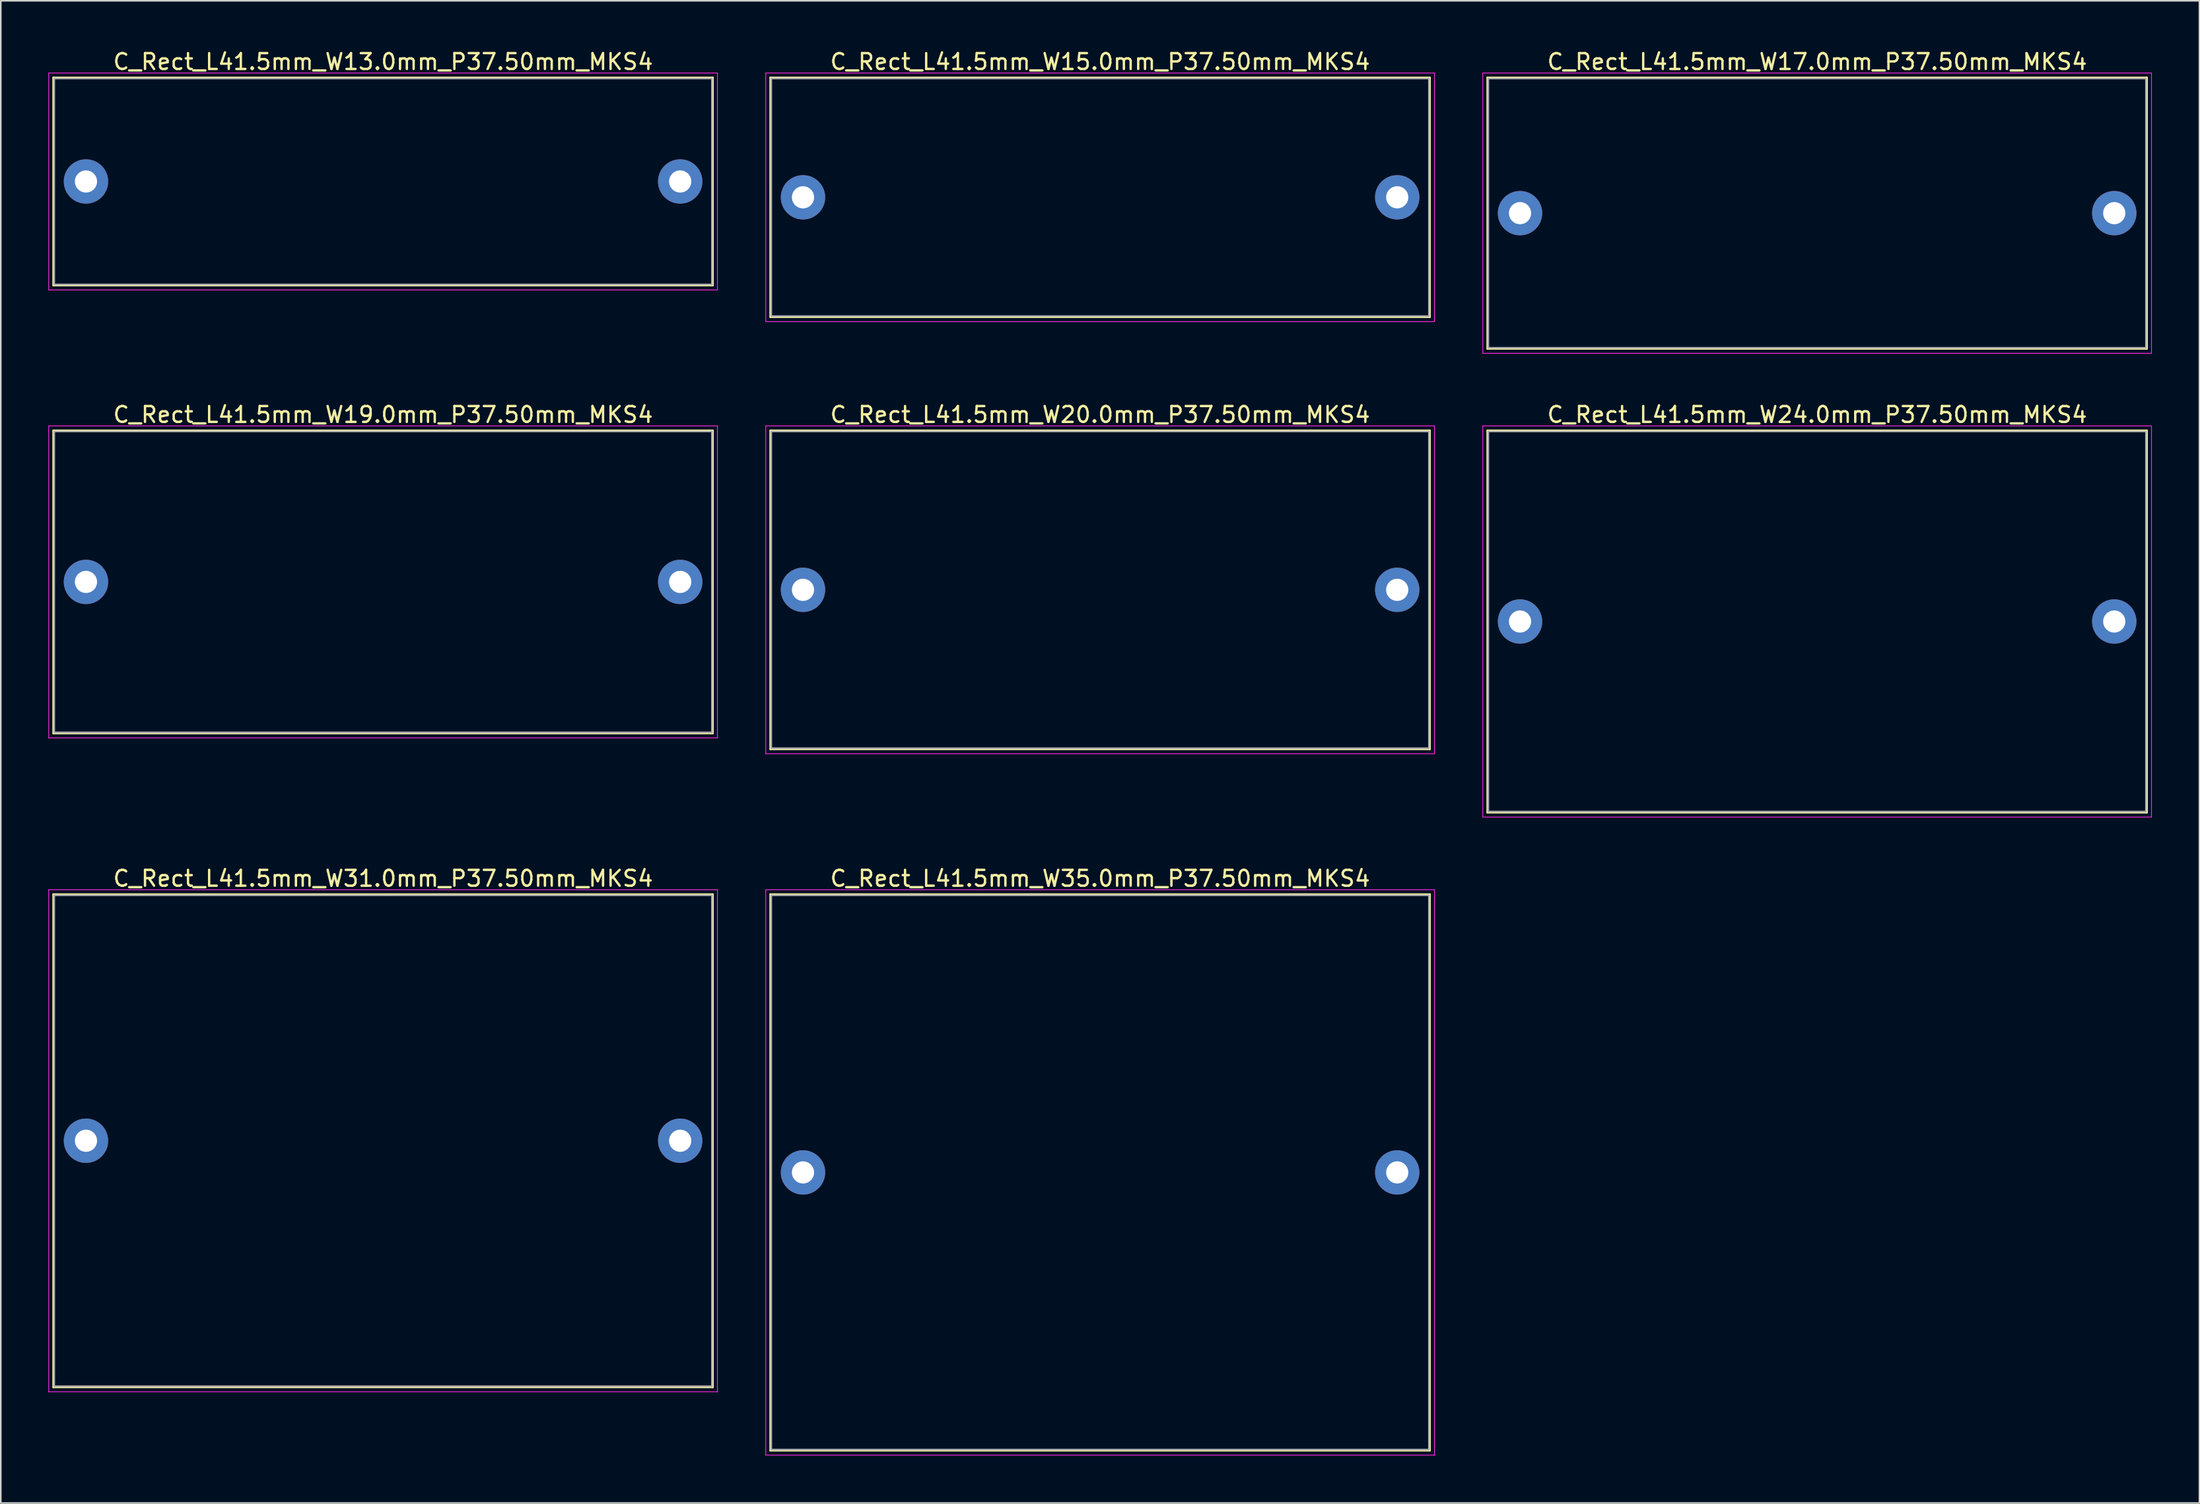
<source format=kicad_pcb>
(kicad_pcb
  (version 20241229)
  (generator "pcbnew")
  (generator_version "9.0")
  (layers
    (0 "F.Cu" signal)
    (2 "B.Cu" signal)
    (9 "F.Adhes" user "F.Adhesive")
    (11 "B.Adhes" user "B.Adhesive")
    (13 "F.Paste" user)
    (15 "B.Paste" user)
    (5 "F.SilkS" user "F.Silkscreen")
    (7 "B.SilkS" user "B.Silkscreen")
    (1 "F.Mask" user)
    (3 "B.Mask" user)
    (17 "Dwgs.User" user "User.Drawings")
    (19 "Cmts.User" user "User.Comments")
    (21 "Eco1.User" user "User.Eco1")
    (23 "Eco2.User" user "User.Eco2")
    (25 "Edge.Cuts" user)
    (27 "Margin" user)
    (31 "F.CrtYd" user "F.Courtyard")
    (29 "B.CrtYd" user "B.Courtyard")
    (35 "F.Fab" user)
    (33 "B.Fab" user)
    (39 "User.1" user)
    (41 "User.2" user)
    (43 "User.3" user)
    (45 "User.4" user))
  (footprint "C_Rect_L41.5mm_W15.0mm_P37.50mm_MKS4"
    (layer "F.Cu")
    (at 47.625 9.408)
    (property "Reference" "C_Rect_L41.5mm_W15.0mm_P37.50mm_MKS4" (at 18.75 -8.56 0) (layer "F.SilkS") (effects (font (size 1 1) (thickness 0.15))))
    (attr through_hole)
    (fp_line (start -2.06 -7.56) (end -2.06 7.56) (stroke (width 0.12) (type solid)) (layer "F.SilkS"))
    (fp_line (start -2.06 -7.56) (end 39.56 -7.56) (stroke (width 0.12) (type solid)) (layer "F.SilkS"))
    (fp_line (start -2.06 7.56) (end 39.56 7.56) (stroke (width 0.12) (type solid)) (layer "F.SilkS"))
    (fp_line (start 39.56 -7.56) (end 39.56 7.56) (stroke (width 0.12) (type solid)) (layer "F.SilkS"))
    (fp_line (start -2.35 -7.85) (end -2.35 7.85) (stroke (width 0.05) (type solid)) (layer "F.CrtYd"))
    (fp_line (start -2.35 7.85) (end 39.85 7.85) (stroke (width 0.05) (type solid)) (layer "F.CrtYd"))
    (fp_line (start 39.85 -7.85) (end -2.35 -7.85) (stroke (width 0.05) (type solid)) (layer "F.CrtYd"))
    (fp_line (start 39.85 7.85) (end 39.85 -7.85) (stroke (width 0.05) (type solid)) (layer "F.CrtYd"))
    (fp_line (start -2 -7.5) (end -2 7.5) (stroke (width 0.1) (type solid)) (layer "F.Fab"))
    (fp_line (start -2 7.5) (end 39.5 7.5) (stroke (width 0.1) (type solid)) (layer "F.Fab"))
    (fp_line (start 39.5 -7.5) (end -2 -7.5) (stroke (width 0.1) (type solid)) (layer "F.Fab"))
    (fp_line (start 39.5 7.5) (end 39.5 -7.5) (stroke (width 0.1) (type solid)) (layer "F.Fab"))
    (pad "1" thru_hole circle (at 0 0) (size 2.8 2.8) (drill 1.4) (layers "*.Cu" "*.Mask"))
    (pad "2" thru_hole circle (at 37.5 0) (size 2.8 2.8) (drill 1.4) (layers "*.Cu" "*.Mask")))
  (footprint "C_Rect_L41.5mm_W17.0mm_P37.50mm_MKS4"
    (layer "F.Cu")
    (at 92.875 10.408)
    (property "Reference" "C_Rect_L41.5mm_W17.0mm_P37.50mm_MKS4" (at 18.75 -9.56 0) (layer "F.SilkS") (effects (font (size 1 1) (thickness 0.15))))
    (attr through_hole)
    (fp_line (start -2.06 -8.56) (end -2.06 8.56) (stroke (width 0.12) (type solid)) (layer "F.SilkS"))
    (fp_line (start -2.06 -8.56) (end 39.56 -8.56) (stroke (width 0.12) (type solid)) (layer "F.SilkS"))
    (fp_line (start -2.06 8.56) (end 39.56 8.56) (stroke (width 0.12) (type solid)) (layer "F.SilkS"))
    (fp_line (start 39.56 -8.56) (end 39.56 8.56) (stroke (width 0.12) (type solid)) (layer "F.SilkS"))
    (fp_line (start -2.35 -8.85) (end -2.35 8.85) (stroke (width 0.05) (type solid)) (layer "F.CrtYd"))
    (fp_line (start -2.35 8.85) (end 39.85 8.85) (stroke (width 0.05) (type solid)) (layer "F.CrtYd"))
    (fp_line (start 39.85 -8.85) (end -2.35 -8.85) (stroke (width 0.05) (type solid)) (layer "F.CrtYd"))
    (fp_line (start 39.85 8.85) (end 39.85 -8.85) (stroke (width 0.05) (type solid)) (layer "F.CrtYd"))
    (fp_line (start -2 -8.5) (end -2 8.5) (stroke (width 0.1) (type solid)) (layer "F.Fab"))
    (fp_line (start -2 8.5) (end 39.5 8.5) (stroke (width 0.1) (type solid)) (layer "F.Fab"))
    (fp_line (start 39.5 -8.5) (end -2 -8.5) (stroke (width 0.1) (type solid)) (layer "F.Fab"))
    (fp_line (start 39.5 8.5) (end 39.5 -8.5) (stroke (width 0.1) (type solid)) (layer "F.Fab"))
    (pad "1" thru_hole circle (at 0 0) (size 2.8 2.8) (drill 1.4) (layers "*.Cu" "*.Mask"))
    (pad "2" thru_hole circle (at 37.5 0) (size 2.8 2.8) (drill 1.4) (layers "*.Cu" "*.Mask")))
  (footprint "C_Rect_L41.5mm_W35.0mm_P37.50mm_MKS4"
    (layer "F.Cu")
    (at 47.625 70.975)
    (property "Reference" "C_Rect_L41.5mm_W35.0mm_P37.50mm_MKS4" (at 18.75 -18.56 0) (layer "F.SilkS") (effects (font (size 1 1) (thickness 0.15))))
    (attr through_hole)
    (fp_line (start -2.06 -17.56) (end -2.06 17.56) (stroke (width 0.12) (type solid)) (layer "F.SilkS"))
    (fp_line (start -2.06 -17.56) (end 39.56 -17.56) (stroke (width 0.12) (type solid)) (layer "F.SilkS"))
    (fp_line (start -2.06 17.56) (end 39.56 17.56) (stroke (width 0.12) (type solid)) (layer "F.SilkS"))
    (fp_line (start 39.56 -17.56) (end 39.56 17.56) (stroke (width 0.12) (type solid)) (layer "F.SilkS"))
    (fp_line (start -2.35 -17.85) (end -2.35 17.85) (stroke (width 0.05) (type solid)) (layer "F.CrtYd"))
    (fp_line (start -2.35 17.85) (end 39.85 17.85) (stroke (width 0.05) (type solid)) (layer "F.CrtYd"))
    (fp_line (start 39.85 -17.85) (end -2.35 -17.85) (stroke (width 0.05) (type solid)) (layer "F.CrtYd"))
    (fp_line (start 39.85 17.85) (end 39.85 -17.85) (stroke (width 0.05) (type solid)) (layer "F.CrtYd"))
    (fp_line (start -2 -17.5) (end -2 17.5) (stroke (width 0.1) (type solid)) (layer "F.Fab"))
    (fp_line (start -2 17.5) (end 39.5 17.5) (stroke (width 0.1) (type solid)) (layer "F.Fab"))
    (fp_line (start 39.5 -17.5) (end -2 -17.5) (stroke (width 0.1) (type solid)) (layer "F.Fab"))
    (fp_line (start 39.5 17.5) (end 39.5 -17.5) (stroke (width 0.1) (type solid)) (layer "F.Fab"))
    (pad "1" thru_hole circle (at 0 0) (size 2.8 2.8) (drill 1.4) (layers "*.Cu" "*.Mask"))
    (pad "2" thru_hole circle (at 37.5 0) (size 2.8 2.8) (drill 1.4) (layers "*.Cu" "*.Mask")))
  (footprint "C_Rect_L41.5mm_W19.0mm_P37.50mm_MKS4"
    (layer "F.Cu")
    (at 2.375 33.691)
    (property "Reference" "C_Rect_L41.5mm_W19.0mm_P37.50mm_MKS4" (at 18.75 -10.56 0) (layer "F.SilkS") (effects (font (size 1 1) (thickness 0.15))))
    (attr through_hole)
    (fp_line (start -2.06 -9.56) (end -2.06 9.56) (stroke (width 0.12) (type solid)) (layer "F.SilkS"))
    (fp_line (start -2.06 -9.56) (end 39.56 -9.56) (stroke (width 0.12) (type solid)) (layer "F.SilkS"))
    (fp_line (start -2.06 9.56) (end 39.56 9.56) (stroke (width 0.12) (type solid)) (layer "F.SilkS"))
    (fp_line (start 39.56 -9.56) (end 39.56 9.56) (stroke (width 0.12) (type solid)) (layer "F.SilkS"))
    (fp_line (start -2.35 -9.85) (end -2.35 9.85) (stroke (width 0.05) (type solid)) (layer "F.CrtYd"))
    (fp_line (start -2.35 9.85) (end 39.85 9.85) (stroke (width 0.05) (type solid)) (layer "F.CrtYd"))
    (fp_line (start 39.85 -9.85) (end -2.35 -9.85) (stroke (width 0.05) (type solid)) (layer "F.CrtYd"))
    (fp_line (start 39.85 9.85) (end 39.85 -9.85) (stroke (width 0.05) (type solid)) (layer "F.CrtYd"))
    (fp_line (start -2 -9.5) (end -2 9.5) (stroke (width 0.1) (type solid)) (layer "F.Fab"))
    (fp_line (start -2 9.5) (end 39.5 9.5) (stroke (width 0.1) (type solid)) (layer "F.Fab"))
    (fp_line (start 39.5 -9.5) (end -2 -9.5) (stroke (width 0.1) (type solid)) (layer "F.Fab"))
    (fp_line (start 39.5 9.5) (end 39.5 -9.5) (stroke (width 0.1) (type solid)) (layer "F.Fab"))
    (pad "1" thru_hole circle (at 0 0) (size 2.8 2.8) (drill 1.4) (layers "*.Cu" "*.Mask"))
    (pad "2" thru_hole circle (at 37.5 0) (size 2.8 2.8) (drill 1.4) (layers "*.Cu" "*.Mask")))
  (footprint "C_Rect_L41.5mm_W24.0mm_P37.50mm_MKS4"
    (layer "F.Cu")
    (at 92.875 36.191)
    (property "Reference" "C_Rect_L41.5mm_W24.0mm_P37.50mm_MKS4" (at 18.75 -13.06 0) (layer "F.SilkS") (effects (font (size 1 1) (thickness 0.15))))
    (attr through_hole)
    (fp_line (start -2.06 -12.06) (end -2.06 12.06) (stroke (width 0.12) (type solid)) (layer "F.SilkS"))
    (fp_line (start -2.06 -12.06) (end 39.56 -12.06) (stroke (width 0.12) (type solid)) (layer "F.SilkS"))
    (fp_line (start -2.06 12.06) (end 39.56 12.06) (stroke (width 0.12) (type solid)) (layer "F.SilkS"))
    (fp_line (start 39.56 -12.06) (end 39.56 12.06) (stroke (width 0.12) (type solid)) (layer "F.SilkS"))
    (fp_line (start -2.35 -12.35) (end -2.35 12.35) (stroke (width 0.05) (type solid)) (layer "F.CrtYd"))
    (fp_line (start -2.35 12.35) (end 39.85 12.35) (stroke (width 0.05) (type solid)) (layer "F.CrtYd"))
    (fp_line (start 39.85 -12.35) (end -2.35 -12.35) (stroke (width 0.05) (type solid)) (layer "F.CrtYd"))
    (fp_line (start 39.85 12.35) (end 39.85 -12.35) (stroke (width 0.05) (type solid)) (layer "F.CrtYd"))
    (fp_line (start -2 -12) (end -2 12) (stroke (width 0.1) (type solid)) (layer "F.Fab"))
    (fp_line (start -2 12) (end 39.5 12) (stroke (width 0.1) (type solid)) (layer "F.Fab"))
    (fp_line (start 39.5 -12) (end -2 -12) (stroke (width 0.1) (type solid)) (layer "F.Fab"))
    (fp_line (start 39.5 12) (end 39.5 -12) (stroke (width 0.1) (type solid)) (layer "F.Fab"))
    (pad "1" thru_hole circle (at 0 0) (size 2.8 2.8) (drill 1.4) (layers "*.Cu" "*.Mask"))
    (pad "2" thru_hole circle (at 37.5 0) (size 2.8 2.8) (drill 1.4) (layers "*.Cu" "*.Mask")))
  (footprint "C_Rect_L41.5mm_W13.0mm_P37.50mm_MKS4"
    (layer "F.Cu")
    (at 2.375 8.408)
    (property "Reference" "C_Rect_L41.5mm_W13.0mm_P37.50mm_MKS4" (at 18.75 -7.56 0) (layer "F.SilkS") (effects (font (size 1 1) (thickness 0.15))))
    (attr through_hole)
    (fp_line (start -2.06 -6.56) (end -2.06 6.56) (stroke (width 0.12) (type solid)) (layer "F.SilkS"))
    (fp_line (start -2.06 -6.56) (end 39.56 -6.56) (stroke (width 0.12) (type solid)) (layer "F.SilkS"))
    (fp_line (start -2.06 6.56) (end 39.56 6.56) (stroke (width 0.12) (type solid)) (layer "F.SilkS"))
    (fp_line (start 39.56 -6.56) (end 39.56 6.56) (stroke (width 0.12) (type solid)) (layer "F.SilkS"))
    (fp_line (start -2.35 -6.85) (end -2.35 6.85) (stroke (width 0.05) (type solid)) (layer "F.CrtYd"))
    (fp_line (start -2.35 6.85) (end 39.85 6.85) (stroke (width 0.05) (type solid)) (layer "F.CrtYd"))
    (fp_line (start 39.85 -6.85) (end -2.35 -6.85) (stroke (width 0.05) (type solid)) (layer "F.CrtYd"))
    (fp_line (start 39.85 6.85) (end 39.85 -6.85) (stroke (width 0.05) (type solid)) (layer "F.CrtYd"))
    (fp_line (start -2 -6.5) (end -2 6.5) (stroke (width 0.1) (type solid)) (layer "F.Fab"))
    (fp_line (start -2 6.5) (end 39.5 6.5) (stroke (width 0.1) (type solid)) (layer "F.Fab"))
    (fp_line (start 39.5 -6.5) (end -2 -6.5) (stroke (width 0.1) (type solid)) (layer "F.Fab"))
    (fp_line (start 39.5 6.5) (end 39.5 -6.5) (stroke (width 0.1) (type solid)) (layer "F.Fab"))
    (pad "1" thru_hole circle (at 0 0) (size 2.8 2.8) (drill 1.4) (layers "*.Cu" "*.Mask"))
    (pad "2" thru_hole circle (at 37.5 0) (size 2.8 2.8) (drill 1.4) (layers "*.Cu" "*.Mask")))
  (footprint "C_Rect_L41.5mm_W20.0mm_P37.50mm_MKS4"
    (layer "F.Cu")
    (at 47.625 34.191)
    (property "Reference" "C_Rect_L41.5mm_W20.0mm_P37.50mm_MKS4" (at 18.75 -11.06 0) (layer "F.SilkS") (effects (font (size 1 1) (thickness 0.15))))
    (attr through_hole)
    (fp_line (start -2.06 -10.06) (end -2.06 10.06) (stroke (width 0.12) (type solid)) (layer "F.SilkS"))
    (fp_line (start -2.06 -10.06) (end 39.56 -10.06) (stroke (width 0.12) (type solid)) (layer "F.SilkS"))
    (fp_line (start -2.06 10.06) (end 39.56 10.06) (stroke (width 0.12) (type solid)) (layer "F.SilkS"))
    (fp_line (start 39.56 -10.06) (end 39.56 10.06) (stroke (width 0.12) (type solid)) (layer "F.SilkS"))
    (fp_line (start -2.35 -10.35) (end -2.35 10.35) (stroke (width 0.05) (type solid)) (layer "F.CrtYd"))
    (fp_line (start -2.35 10.35) (end 39.85 10.35) (stroke (width 0.05) (type solid)) (layer "F.CrtYd"))
    (fp_line (start 39.85 -10.35) (end -2.35 -10.35) (stroke (width 0.05) (type solid)) (layer "F.CrtYd"))
    (fp_line (start 39.85 10.35) (end 39.85 -10.35) (stroke (width 0.05) (type solid)) (layer "F.CrtYd"))
    (fp_line (start -2 -10) (end -2 10) (stroke (width 0.1) (type solid)) (layer "F.Fab"))
    (fp_line (start -2 10) (end 39.5 10) (stroke (width 0.1) (type solid)) (layer "F.Fab"))
    (fp_line (start 39.5 -10) (end -2 -10) (stroke (width 0.1) (type solid)) (layer "F.Fab"))
    (fp_line (start 39.5 10) (end 39.5 -10) (stroke (width 0.1) (type solid)) (layer "F.Fab"))
    (pad "1" thru_hole circle (at 0 0) (size 2.8 2.8) (drill 1.4) (layers "*.Cu" "*.Mask"))
    (pad "2" thru_hole circle (at 37.5 0) (size 2.8 2.8) (drill 1.4) (layers "*.Cu" "*.Mask")))
  (footprint "C_Rect_L41.5mm_W31.0mm_P37.50mm_MKS4"
    (layer "F.Cu")
    (at 2.375 68.975)
    (property "Reference" "C_Rect_L41.5mm_W31.0mm_P37.50mm_MKS4" (at 18.75 -16.56 0) (layer "F.SilkS") (effects (font (size 1 1) (thickness 0.15))))
    (attr through_hole)
    (fp_line (start -2.06 -15.56) (end -2.06 15.56) (stroke (width 0.12) (type solid)) (layer "F.SilkS"))
    (fp_line (start -2.06 -15.56) (end 39.56 -15.56) (stroke (width 0.12) (type solid)) (layer "F.SilkS"))
    (fp_line (start -2.06 15.56) (end 39.56 15.56) (stroke (width 0.12) (type solid)) (layer "F.SilkS"))
    (fp_line (start 39.56 -15.56) (end 39.56 15.56) (stroke (width 0.12) (type solid)) (layer "F.SilkS"))
    (fp_line (start -2.35 -15.85) (end -2.35 15.85) (stroke (width 0.05) (type solid)) (layer "F.CrtYd"))
    (fp_line (start -2.35 15.85) (end 39.85 15.85) (stroke (width 0.05) (type solid)) (layer "F.CrtYd"))
    (fp_line (start 39.85 -15.85) (end -2.35 -15.85) (stroke (width 0.05) (type solid)) (layer "F.CrtYd"))
    (fp_line (start 39.85 15.85) (end 39.85 -15.85) (stroke (width 0.05) (type solid)) (layer "F.CrtYd"))
    (fp_line (start -2 -15.5) (end -2 15.5) (stroke (width 0.1) (type solid)) (layer "F.Fab"))
    (fp_line (start -2 15.5) (end 39.5 15.5) (stroke (width 0.1) (type solid)) (layer "F.Fab"))
    (fp_line (start 39.5 -15.5) (end -2 -15.5) (stroke (width 0.1) (type solid)) (layer "F.Fab"))
    (fp_line (start 39.5 15.5) (end 39.5 -15.5) (stroke (width 0.1) (type solid)) (layer "F.Fab"))
    (pad "1" thru_hole circle (at 0 0) (size 2.8 2.8) (drill 1.4) (layers "*.Cu" "*.Mask"))
    (pad "2" thru_hole circle (at 37.5 0) (size 2.8 2.8) (drill 1.4) (layers "*.Cu" "*.Mask")))
  (gr_rect
    (start -3 -3)
    (end 135.75 91.85)
    (stroke (width 0.1) (type default))
    (fill no)
    (layer "Edge.Cuts")))
</source>
